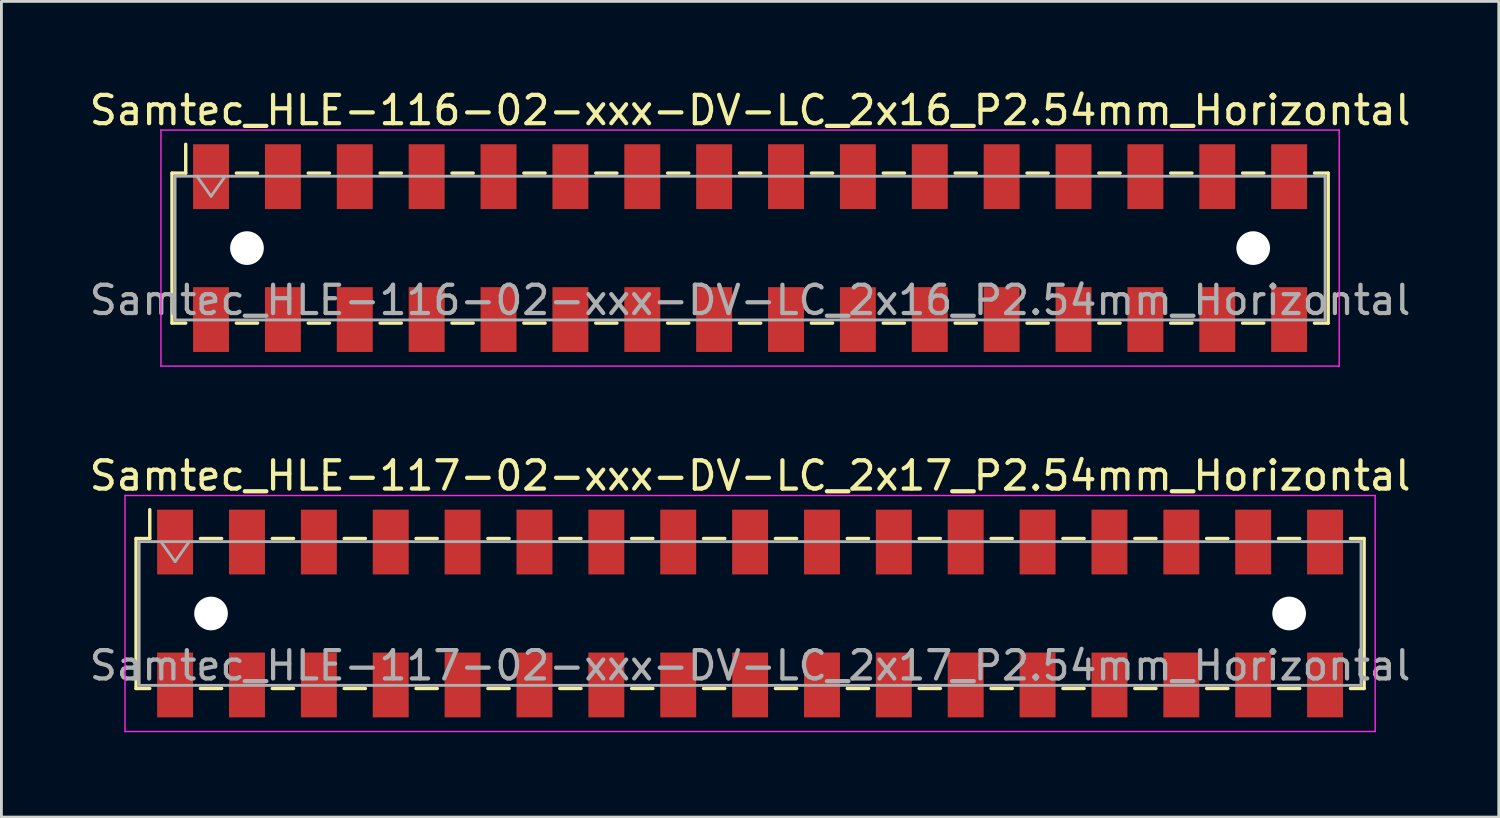
<source format=kicad_pcb>
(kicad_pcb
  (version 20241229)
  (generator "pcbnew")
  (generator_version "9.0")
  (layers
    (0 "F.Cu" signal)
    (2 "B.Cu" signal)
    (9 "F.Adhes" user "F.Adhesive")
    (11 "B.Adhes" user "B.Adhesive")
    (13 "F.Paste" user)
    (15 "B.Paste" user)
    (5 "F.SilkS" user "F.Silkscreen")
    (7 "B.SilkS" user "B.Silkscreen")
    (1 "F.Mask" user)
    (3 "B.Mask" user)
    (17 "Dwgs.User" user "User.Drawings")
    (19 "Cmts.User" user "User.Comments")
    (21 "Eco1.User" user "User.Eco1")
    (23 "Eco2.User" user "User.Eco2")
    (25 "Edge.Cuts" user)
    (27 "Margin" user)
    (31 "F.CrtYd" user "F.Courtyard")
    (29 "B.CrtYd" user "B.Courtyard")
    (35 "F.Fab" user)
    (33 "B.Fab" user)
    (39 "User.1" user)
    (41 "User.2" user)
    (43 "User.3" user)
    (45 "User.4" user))
  (footprint "Samtec_HLE-117-02-xxx-DV-LC_2x17_P2.54mm_Horizontal"
    (layer "F.Cu")
    (at 23.458 18.631)
    (property "Reference" "Samtec_HLE-117-02-xxx-DV-LC_2x17_P2.54mm_Horizontal" (at 0 -4.87 0) (layer "F.SilkS") (effects (font (size 1 1) (thickness 0.15))))
    (attr smd)
    (fp_line (start -21.7 -2.65) (end -21.7 2.65) (stroke (width 0.12) (type solid)) (layer "F.SilkS"))
    (fp_line (start -21.7 2.65) (end -21.215 2.65) (stroke (width 0.12) (type solid)) (layer "F.SilkS"))
    (fp_line (start -21.215 -3.67) (end -21.215 -2.65) (stroke (width 0.12) (type solid)) (layer "F.SilkS"))
    (fp_line (start -21.215 -2.65) (end -21.7 -2.65) (stroke (width 0.12) (type solid)) (layer "F.SilkS"))
    (fp_line (start -19.425 -2.65) (end -18.675 -2.65) (stroke (width 0.12) (type solid)) (layer "F.SilkS"))
    (fp_line (start -19.425 2.65) (end -18.675 2.65) (stroke (width 0.12) (type solid)) (layer "F.SilkS"))
    (fp_line (start -16.885 -2.65) (end -16.135 -2.65) (stroke (width 0.12) (type solid)) (layer "F.SilkS"))
    (fp_line (start -16.885 2.65) (end -16.135 2.65) (stroke (width 0.12) (type solid)) (layer "F.SilkS"))
    (fp_line (start -14.345 -2.65) (end -13.595 -2.65) (stroke (width 0.12) (type solid)) (layer "F.SilkS"))
    (fp_line (start -14.345 2.65) (end -13.595 2.65) (stroke (width 0.12) (type solid)) (layer "F.SilkS"))
    (fp_line (start -11.805 -2.65) (end -11.055 -2.65) (stroke (width 0.12) (type solid)) (layer "F.SilkS"))
    (fp_line (start -11.805 2.65) (end -11.055 2.65) (stroke (width 0.12) (type solid)) (layer "F.SilkS"))
    (fp_line (start -9.265 -2.65) (end -8.515 -2.65) (stroke (width 0.12) (type solid)) (layer "F.SilkS"))
    (fp_line (start -9.265 2.65) (end -8.515 2.65) (stroke (width 0.12) (type solid)) (layer "F.SilkS"))
    (fp_line (start -6.725 -2.65) (end -5.975 -2.65) (stroke (width 0.12) (type solid)) (layer "F.SilkS"))
    (fp_line (start -6.725 2.65) (end -5.975 2.65) (stroke (width 0.12) (type solid)) (layer "F.SilkS"))
    (fp_line (start -4.185 -2.65) (end -3.435 -2.65) (stroke (width 0.12) (type solid)) (layer "F.SilkS"))
    (fp_line (start -4.185 2.65) (end -3.435 2.65) (stroke (width 0.12) (type solid)) (layer "F.SilkS"))
    (fp_line (start -1.645 -2.65) (end -0.895 -2.65) (stroke (width 0.12) (type solid)) (layer "F.SilkS"))
    (fp_line (start -1.645 2.65) (end -0.895 2.65) (stroke (width 0.12) (type solid)) (layer "F.SilkS"))
    (fp_line (start 0.895 -2.65) (end 1.645 -2.65) (stroke (width 0.12) (type solid)) (layer "F.SilkS"))
    (fp_line (start 0.895 2.65) (end 1.645 2.65) (stroke (width 0.12) (type solid)) (layer "F.SilkS"))
    (fp_line (start 3.435 -2.65) (end 4.185 -2.65) (stroke (width 0.12) (type solid)) (layer "F.SilkS"))
    (fp_line (start 3.435 2.65) (end 4.185 2.65) (stroke (width 0.12) (type solid)) (layer "F.SilkS"))
    (fp_line (start 5.975 -2.65) (end 6.725 -2.65) (stroke (width 0.12) (type solid)) (layer "F.SilkS"))
    (fp_line (start 5.975 2.65) (end 6.725 2.65) (stroke (width 0.12) (type solid)) (layer "F.SilkS"))
    (fp_line (start 8.515 -2.65) (end 9.265 -2.65) (stroke (width 0.12) (type solid)) (layer "F.SilkS"))
    (fp_line (start 8.515 2.65) (end 9.265 2.65) (stroke (width 0.12) (type solid)) (layer "F.SilkS"))
    (fp_line (start 11.055 -2.65) (end 11.805 -2.65) (stroke (width 0.12) (type solid)) (layer "F.SilkS"))
    (fp_line (start 11.055 2.65) (end 11.805 2.65) (stroke (width 0.12) (type solid)) (layer "F.SilkS"))
    (fp_line (start 13.595 -2.65) (end 14.345 -2.65) (stroke (width 0.12) (type solid)) (layer "F.SilkS"))
    (fp_line (start 13.595 2.65) (end 14.345 2.65) (stroke (width 0.12) (type solid)) (layer "F.SilkS"))
    (fp_line (start 16.135 -2.65) (end 16.885 -2.65) (stroke (width 0.12) (type solid)) (layer "F.SilkS"))
    (fp_line (start 16.135 2.65) (end 16.885 2.65) (stroke (width 0.12) (type solid)) (layer "F.SilkS"))
    (fp_line (start 18.675 -2.65) (end 19.425 -2.65) (stroke (width 0.12) (type solid)) (layer "F.SilkS"))
    (fp_line (start 18.675 2.65) (end 19.425 2.65) (stroke (width 0.12) (type solid)) (layer "F.SilkS"))
    (fp_line (start 21.215 -2.65) (end 21.7 -2.65) (stroke (width 0.12) (type solid)) (layer "F.SilkS"))
    (fp_line (start 21.7 -2.65) (end 21.7 2.65) (stroke (width 0.12) (type solid)) (layer "F.SilkS"))
    (fp_line (start 21.7 2.65) (end 21.215 2.65) (stroke (width 0.12) (type solid)) (layer "F.SilkS"))
    (fp_line (start -22.09 -4.17) (end 22.09 -4.17) (stroke (width 0.05) (type solid)) (layer "F.CrtYd"))
    (fp_line (start -22.09 4.17) (end -22.09 -4.17) (stroke (width 0.05) (type solid)) (layer "F.CrtYd"))
    (fp_line (start 22.09 -4.17) (end 22.09 4.17) (stroke (width 0.05) (type solid)) (layer "F.CrtYd"))
    (fp_line (start 22.09 4.17) (end -22.09 4.17) (stroke (width 0.05) (type solid)) (layer "F.CrtYd"))
    (fp_line (start -21.59 -2.54) (end 21.59 -2.54) (stroke (width 0.1) (type solid)) (layer "F.Fab"))
    (fp_line (start -21.59 2.54) (end -21.59 -2.54) (stroke (width 0.1) (type solid)) (layer "F.Fab"))
    (fp_line (start -20.82 -2.54) (end -20.32 -1.833) (stroke (width 0.1) (type solid)) (layer "F.Fab"))
    (fp_line (start -20.32 -1.833) (end -19.82 -2.54) (stroke (width 0.1) (type solid)) (layer "F.Fab"))
    (fp_line (start 21.59 -2.54) (end 21.59 2.54) (stroke (width 0.1) (type solid)) (layer "F.Fab"))
    (fp_line (start 21.59 2.54) (end -21.59 2.54) (stroke (width 0.1) (type solid)) (layer "F.Fab"))
    (fp_text user "${REFERENCE}" (at 0 1.84 0) (layer "F.Fab") (effects (font (size 1 1) (thickness 0.15))))
    (pad "" np_thru_hole circle (at -19.05 0) (size 1.19 1.19) (drill 1.19) (layers "*.Cu" "*.Mask"))
    (pad "" np_thru_hole circle (at 19.05 0) (size 1.19 1.19) (drill 1.19) (layers "*.Cu" "*.Mask"))
    (pad "1" smd rect (at -20.32 -2.525) (size 1.27 2.29) (layers "F.Cu" "F.Mask" "F.Paste"))
    (pad "2" smd rect (at -20.32 2.525) (size 1.27 2.29) (layers "F.Cu" "F.Mask" "F.Paste"))
    (pad "3" smd rect (at -17.78 -2.525) (size 1.27 2.29) (layers "F.Cu" "F.Mask" "F.Paste"))
    (pad "4" smd rect (at -17.78 2.525) (size 1.27 2.29) (layers "F.Cu" "F.Mask" "F.Paste"))
    (pad "5" smd rect (at -15.24 -2.525) (size 1.27 2.29) (layers "F.Cu" "F.Mask" "F.Paste"))
    (pad "6" smd rect (at -15.24 2.525) (size 1.27 2.29) (layers "F.Cu" "F.Mask" "F.Paste"))
    (pad "7" smd rect (at -12.7 -2.525) (size 1.27 2.29) (layers "F.Cu" "F.Mask" "F.Paste"))
    (pad "8" smd rect (at -12.7 2.525) (size 1.27 2.29) (layers "F.Cu" "F.Mask" "F.Paste"))
    (pad "9" smd rect (at -10.16 -2.525) (size 1.27 2.29) (layers "F.Cu" "F.Mask" "F.Paste"))
    (pad "10" smd rect (at -10.16 2.525) (size 1.27 2.29) (layers "F.Cu" "F.Mask" "F.Paste"))
    (pad "11" smd rect (at -7.62 -2.525) (size 1.27 2.29) (layers "F.Cu" "F.Mask" "F.Paste"))
    (pad "12" smd rect (at -7.62 2.525) (size 1.27 2.29) (layers "F.Cu" "F.Mask" "F.Paste"))
    (pad "13" smd rect (at -5.08 -2.525) (size 1.27 2.29) (layers "F.Cu" "F.Mask" "F.Paste"))
    (pad "14" smd rect (at -5.08 2.525) (size 1.27 2.29) (layers "F.Cu" "F.Mask" "F.Paste"))
    (pad "15" smd rect (at -2.54 -2.525) (size 1.27 2.29) (layers "F.Cu" "F.Mask" "F.Paste"))
    (pad "16" smd rect (at -2.54 2.525) (size 1.27 2.29) (layers "F.Cu" "F.Mask" "F.Paste"))
    (pad "17" smd rect (at 0 -2.525) (size 1.27 2.29) (layers "F.Cu" "F.Mask" "F.Paste"))
    (pad "18" smd rect (at 0 2.525) (size 1.27 2.29) (layers "F.Cu" "F.Mask" "F.Paste"))
    (pad "19" smd rect (at 2.54 -2.525) (size 1.27 2.29) (layers "F.Cu" "F.Mask" "F.Paste"))
    (pad "20" smd rect (at 2.54 2.525) (size 1.27 2.29) (layers "F.Cu" "F.Mask" "F.Paste"))
    (pad "21" smd rect (at 5.08 -2.525) (size 1.27 2.29) (layers "F.Cu" "F.Mask" "F.Paste"))
    (pad "22" smd rect (at 5.08 2.525) (size 1.27 2.29) (layers "F.Cu" "F.Mask" "F.Paste"))
    (pad "23" smd rect (at 7.62 -2.525) (size 1.27 2.29) (layers "F.Cu" "F.Mask" "F.Paste"))
    (pad "24" smd rect (at 7.62 2.525) (size 1.27 2.29) (layers "F.Cu" "F.Mask" "F.Paste"))
    (pad "25" smd rect (at 10.16 -2.525) (size 1.27 2.29) (layers "F.Cu" "F.Mask" "F.Paste"))
    (pad "26" smd rect (at 10.16 2.525) (size 1.27 2.29) (layers "F.Cu" "F.Mask" "F.Paste"))
    (pad "27" smd rect (at 12.7 -2.525) (size 1.27 2.29) (layers "F.Cu" "F.Mask" "F.Paste"))
    (pad "28" smd rect (at 12.7 2.525) (size 1.27 2.29) (layers "F.Cu" "F.Mask" "F.Paste"))
    (pad "29" smd rect (at 15.24 -2.525) (size 1.27 2.29) (layers "F.Cu" "F.Mask" "F.Paste"))
    (pad "30" smd rect (at 15.24 2.525) (size 1.27 2.29) (layers "F.Cu" "F.Mask" "F.Paste"))
    (pad "31" smd rect (at 17.78 -2.525) (size 1.27 2.29) (layers "F.Cu" "F.Mask" "F.Paste"))
    (pad "32" smd rect (at 17.78 2.525) (size 1.27 2.29) (layers "F.Cu" "F.Mask" "F.Paste"))
    (pad "33" smd rect (at 20.32 -2.525) (size 1.27 2.29) (layers "F.Cu" "F.Mask" "F.Paste"))
    (pad "34" smd rect (at 20.32 2.525) (size 1.27 2.29) (layers "F.Cu" "F.Mask" "F.Paste")))
  (footprint "Samtec_HLE-116-02-xxx-DV-LC_2x16_P2.54mm_Horizontal"
    (layer "F.Cu")
    (at 23.458 5.718)
    (property "Reference" "Samtec_HLE-116-02-xxx-DV-LC_2x16_P2.54mm_Horizontal" (at 0 -4.87 0) (layer "F.SilkS") (effects (font (size 1 1) (thickness 0.15))))
    (attr smd)
    (fp_line (start -20.43 -2.65) (end -20.43 2.65) (stroke (width 0.12) (type solid)) (layer "F.SilkS"))
    (fp_line (start -20.43 2.65) (end -19.945 2.65) (stroke (width 0.12) (type solid)) (layer "F.SilkS"))
    (fp_line (start -19.945 -3.67) (end -19.945 -2.65) (stroke (width 0.12) (type solid)) (layer "F.SilkS"))
    (fp_line (start -19.945 -2.65) (end -20.43 -2.65) (stroke (width 0.12) (type solid)) (layer "F.SilkS"))
    (fp_line (start -18.155 -2.65) (end -17.405 -2.65) (stroke (width 0.12) (type solid)) (layer "F.SilkS"))
    (fp_line (start -18.155 2.65) (end -17.405 2.65) (stroke (width 0.12) (type solid)) (layer "F.SilkS"))
    (fp_line (start -15.615 -2.65) (end -14.865 -2.65) (stroke (width 0.12) (type solid)) (layer "F.SilkS"))
    (fp_line (start -15.615 2.65) (end -14.865 2.65) (stroke (width 0.12) (type solid)) (layer "F.SilkS"))
    (fp_line (start -13.075 -2.65) (end -12.325 -2.65) (stroke (width 0.12) (type solid)) (layer "F.SilkS"))
    (fp_line (start -13.075 2.65) (end -12.325 2.65) (stroke (width 0.12) (type solid)) (layer "F.SilkS"))
    (fp_line (start -10.535 -2.65) (end -9.785 -2.65) (stroke (width 0.12) (type solid)) (layer "F.SilkS"))
    (fp_line (start -10.535 2.65) (end -9.785 2.65) (stroke (width 0.12) (type solid)) (layer "F.SilkS"))
    (fp_line (start -7.995 -2.65) (end -7.245 -2.65) (stroke (width 0.12) (type solid)) (layer "F.SilkS"))
    (fp_line (start -7.995 2.65) (end -7.245 2.65) (stroke (width 0.12) (type solid)) (layer "F.SilkS"))
    (fp_line (start -5.455 -2.65) (end -4.705 -2.65) (stroke (width 0.12) (type solid)) (layer "F.SilkS"))
    (fp_line (start -5.455 2.65) (end -4.705 2.65) (stroke (width 0.12) (type solid)) (layer "F.SilkS"))
    (fp_line (start -2.915 -2.65) (end -2.165 -2.65) (stroke (width 0.12) (type solid)) (layer "F.SilkS"))
    (fp_line (start -2.915 2.65) (end -2.165 2.65) (stroke (width 0.12) (type solid)) (layer "F.SilkS"))
    (fp_line (start -0.375 -2.65) (end 0.375 -2.65) (stroke (width 0.12) (type solid)) (layer "F.SilkS"))
    (fp_line (start -0.375 2.65) (end 0.375 2.65) (stroke (width 0.12) (type solid)) (layer "F.SilkS"))
    (fp_line (start 2.165 -2.65) (end 2.915 -2.65) (stroke (width 0.12) (type solid)) (layer "F.SilkS"))
    (fp_line (start 2.165 2.65) (end 2.915 2.65) (stroke (width 0.12) (type solid)) (layer "F.SilkS"))
    (fp_line (start 4.705 -2.65) (end 5.455 -2.65) (stroke (width 0.12) (type solid)) (layer "F.SilkS"))
    (fp_line (start 4.705 2.65) (end 5.455 2.65) (stroke (width 0.12) (type solid)) (layer "F.SilkS"))
    (fp_line (start 7.245 -2.65) (end 7.995 -2.65) (stroke (width 0.12) (type solid)) (layer "F.SilkS"))
    (fp_line (start 7.245 2.65) (end 7.995 2.65) (stroke (width 0.12) (type solid)) (layer "F.SilkS"))
    (fp_line (start 9.785 -2.65) (end 10.535 -2.65) (stroke (width 0.12) (type solid)) (layer "F.SilkS"))
    (fp_line (start 9.785 2.65) (end 10.535 2.65) (stroke (width 0.12) (type solid)) (layer "F.SilkS"))
    (fp_line (start 12.325 -2.65) (end 13.075 -2.65) (stroke (width 0.12) (type solid)) (layer "F.SilkS"))
    (fp_line (start 12.325 2.65) (end 13.075 2.65) (stroke (width 0.12) (type solid)) (layer "F.SilkS"))
    (fp_line (start 14.865 -2.65) (end 15.615 -2.65) (stroke (width 0.12) (type solid)) (layer "F.SilkS"))
    (fp_line (start 14.865 2.65) (end 15.615 2.65) (stroke (width 0.12) (type solid)) (layer "F.SilkS"))
    (fp_line (start 17.405 -2.65) (end 18.155 -2.65) (stroke (width 0.12) (type solid)) (layer "F.SilkS"))
    (fp_line (start 17.405 2.65) (end 18.155 2.65) (stroke (width 0.12) (type solid)) (layer "F.SilkS"))
    (fp_line (start 19.945 -2.65) (end 20.43 -2.65) (stroke (width 0.12) (type solid)) (layer "F.SilkS"))
    (fp_line (start 20.43 -2.65) (end 20.43 2.65) (stroke (width 0.12) (type solid)) (layer "F.SilkS"))
    (fp_line (start 20.43 2.65) (end 19.945 2.65) (stroke (width 0.12) (type solid)) (layer "F.SilkS"))
    (fp_line (start -20.82 -4.17) (end 20.82 -4.17) (stroke (width 0.05) (type solid)) (layer "F.CrtYd"))
    (fp_line (start -20.82 4.17) (end -20.82 -4.17) (stroke (width 0.05) (type solid)) (layer "F.CrtYd"))
    (fp_line (start 20.82 -4.17) (end 20.82 4.17) (stroke (width 0.05) (type solid)) (layer "F.CrtYd"))
    (fp_line (start 20.82 4.17) (end -20.82 4.17) (stroke (width 0.05) (type solid)) (layer "F.CrtYd"))
    (fp_line (start -20.32 -2.54) (end 20.32 -2.54) (stroke (width 0.1) (type solid)) (layer "F.Fab"))
    (fp_line (start -20.32 2.54) (end -20.32 -2.54) (stroke (width 0.1) (type solid)) (layer "F.Fab"))
    (fp_line (start -19.55 -2.54) (end -19.05 -1.833) (stroke (width 0.1) (type solid)) (layer "F.Fab"))
    (fp_line (start -19.05 -1.833) (end -18.55 -2.54) (stroke (width 0.1) (type solid)) (layer "F.Fab"))
    (fp_line (start 20.32 -2.54) (end 20.32 2.54) (stroke (width 0.1) (type solid)) (layer "F.Fab"))
    (fp_line (start 20.32 2.54) (end -20.32 2.54) (stroke (width 0.1) (type solid)) (layer "F.Fab"))
    (fp_text user "${REFERENCE}" (at 0 1.84 0) (layer "F.Fab") (effects (font (size 1 1) (thickness 0.15))))
    (pad "" np_thru_hole circle (at -17.78 0) (size 1.19 1.19) (drill 1.19) (layers "*.Cu" "*.Mask"))
    (pad "" np_thru_hole circle (at 17.78 0) (size 1.19 1.19) (drill 1.19) (layers "*.Cu" "*.Mask"))
    (pad "1" smd rect (at -19.05 -2.525) (size 1.27 2.29) (layers "F.Cu" "F.Mask" "F.Paste"))
    (pad "2" smd rect (at -19.05 2.525) (size 1.27 2.29) (layers "F.Cu" "F.Mask" "F.Paste"))
    (pad "3" smd rect (at -16.51 -2.525) (size 1.27 2.29) (layers "F.Cu" "F.Mask" "F.Paste"))
    (pad "4" smd rect (at -16.51 2.525) (size 1.27 2.29) (layers "F.Cu" "F.Mask" "F.Paste"))
    (pad "5" smd rect (at -13.97 -2.525) (size 1.27 2.29) (layers "F.Cu" "F.Mask" "F.Paste"))
    (pad "6" smd rect (at -13.97 2.525) (size 1.27 2.29) (layers "F.Cu" "F.Mask" "F.Paste"))
    (pad "7" smd rect (at -11.43 -2.525) (size 1.27 2.29) (layers "F.Cu" "F.Mask" "F.Paste"))
    (pad "8" smd rect (at -11.43 2.525) (size 1.27 2.29) (layers "F.Cu" "F.Mask" "F.Paste"))
    (pad "9" smd rect (at -8.89 -2.525) (size 1.27 2.29) (layers "F.Cu" "F.Mask" "F.Paste"))
    (pad "10" smd rect (at -8.89 2.525) (size 1.27 2.29) (layers "F.Cu" "F.Mask" "F.Paste"))
    (pad "11" smd rect (at -6.35 -2.525) (size 1.27 2.29) (layers "F.Cu" "F.Mask" "F.Paste"))
    (pad "12" smd rect (at -6.35 2.525) (size 1.27 2.29) (layers "F.Cu" "F.Mask" "F.Paste"))
    (pad "13" smd rect (at -3.81 -2.525) (size 1.27 2.29) (layers "F.Cu" "F.Mask" "F.Paste"))
    (pad "14" smd rect (at -3.81 2.525) (size 1.27 2.29) (layers "F.Cu" "F.Mask" "F.Paste"))
    (pad "15" smd rect (at -1.27 -2.525) (size 1.27 2.29) (layers "F.Cu" "F.Mask" "F.Paste"))
    (pad "16" smd rect (at -1.27 2.525) (size 1.27 2.29) (layers "F.Cu" "F.Mask" "F.Paste"))
    (pad "17" smd rect (at 1.27 -2.525) (size 1.27 2.29) (layers "F.Cu" "F.Mask" "F.Paste"))
    (pad "18" smd rect (at 1.27 2.525) (size 1.27 2.29) (layers "F.Cu" "F.Mask" "F.Paste"))
    (pad "19" smd rect (at 3.81 -2.525) (size 1.27 2.29) (layers "F.Cu" "F.Mask" "F.Paste"))
    (pad "20" smd rect (at 3.81 2.525) (size 1.27 2.29) (layers "F.Cu" "F.Mask" "F.Paste"))
    (pad "21" smd rect (at 6.35 -2.525) (size 1.27 2.29) (layers "F.Cu" "F.Mask" "F.Paste"))
    (pad "22" smd rect (at 6.35 2.525) (size 1.27 2.29) (layers "F.Cu" "F.Mask" "F.Paste"))
    (pad "23" smd rect (at 8.89 -2.525) (size 1.27 2.29) (layers "F.Cu" "F.Mask" "F.Paste"))
    (pad "24" smd rect (at 8.89 2.525) (size 1.27 2.29) (layers "F.Cu" "F.Mask" "F.Paste"))
    (pad "25" smd rect (at 11.43 -2.525) (size 1.27 2.29) (layers "F.Cu" "F.Mask" "F.Paste"))
    (pad "26" smd rect (at 11.43 2.525) (size 1.27 2.29) (layers "F.Cu" "F.Mask" "F.Paste"))
    (pad "27" smd rect (at 13.97 -2.525) (size 1.27 2.29) (layers "F.Cu" "F.Mask" "F.Paste"))
    (pad "28" smd rect (at 13.97 2.525) (size 1.27 2.29) (layers "F.Cu" "F.Mask" "F.Paste"))
    (pad "29" smd rect (at 16.51 -2.525) (size 1.27 2.29) (layers "F.Cu" "F.Mask" "F.Paste"))
    (pad "30" smd rect (at 16.51 2.525) (size 1.27 2.29) (layers "F.Cu" "F.Mask" "F.Paste"))
    (pad "31" smd rect (at 19.05 -2.525) (size 1.27 2.29) (layers "F.Cu" "F.Mask" "F.Paste"))
    (pad "32" smd rect (at 19.05 2.525) (size 1.27 2.29) (layers "F.Cu" "F.Mask" "F.Paste")))
  (gr_rect
    (start -3 -3)
    (end 49.917 25.826)
    (stroke (width 0.1) (type default))
    (fill no)
    (layer "Edge.Cuts")))
</source>
